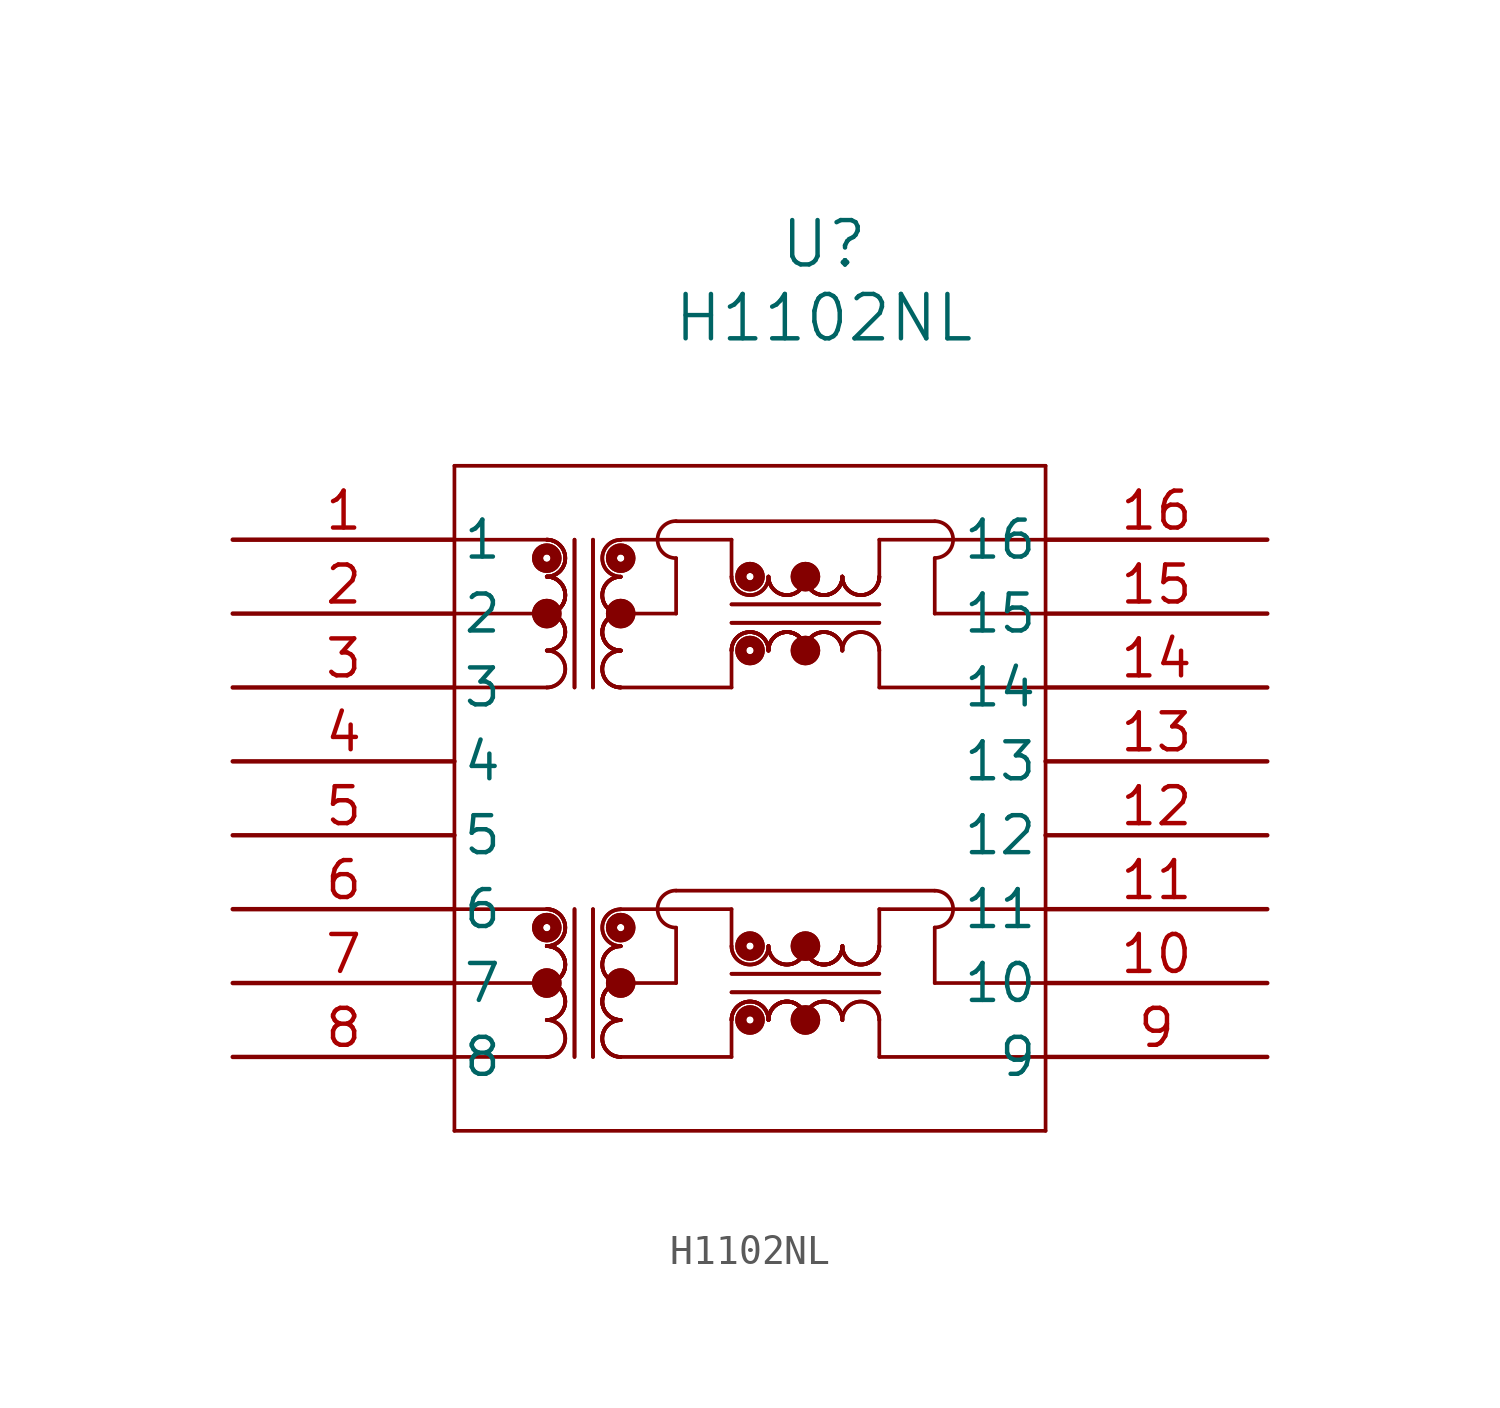
<source format=kicad_sym>
(kicad_symbol_lib
  (version 20241209)
  (generator "kicad_symbol_editor")
  (generator_version "9.0")
  (symbol "H1102NL"
    (pin_names
      (offset 0.254))
    (property "Reference" "U"
      (at 20.32 10.16 0)
      (effects (font (size 1.524 1.524))))
    (property "Value" "H1102NL"
      (at 20.32 7.62 0)
      (effects (font (size 1.524 1.524))))
    (property "ki_locked" ""
      (at 0 0 0)
      (effects (font (size 1.27 1.27))))
    (symbol "H1102NL_0_1"
      (polyline (pts (xy 7.62 2.54) (xy 7.62 -20.32)) (stroke (width 0.127) (type default)) (fill (type none)))
      (polyline (pts (xy 7.62 0) (xy 10.795 0)) (stroke (width 0.127) (type default)) (fill (type none)))
      (polyline (pts (xy 7.62 -2.54) (xy 10.795 -2.54)) (stroke (width 0.127) (type default)) (fill (type none)))
      (polyline (pts (xy 7.62 -5.08) (xy 10.795 -5.08)) (stroke (width 0.127) (type default)) (fill (type none)))
      (polyline (pts (xy 7.62 -15.24) (xy 10.795 -15.24)) (stroke (width 0.127) (type default)) (fill (type none)))
      (polyline (pts (xy 7.62 -20.32) (xy 27.94 -20.32)) (stroke (width 0.127) (type default)) (fill (type none)))
      (arc (start 10.795 0) (mid 11.4272 -0.635) (end 10.795 -1.27) (stroke (width 0.127) (type default)) (fill (type none)))
      (arc (start 10.795 0) (mid 11.4272 -0.635) (end 10.795 -1.27) (stroke (width 0.127) (type default)) (fill (type none)))
      (arc (start 10.795 0) (mid 11.4272 -0.635) (end 10.795 -1.27) (stroke (width 0.127) (type default)) (fill (type none)))
      (arc (start 10.795 0) (mid 11.4272 -0.635) (end 10.795 -1.27) (stroke (width 0.127) (type default)) (fill (type none)))
      (arc (start 10.795 -1.27) (mid 11.4272 -1.905) (end 10.795 -2.54) (stroke (width 0.127) (type default)) (fill (type none)))
      (arc (start 10.795 -1.27) (mid 11.4272 -1.905) (end 10.795 -2.54) (stroke (width 0.127) (type default)) (fill (type none)))
      (arc (start 10.795 -1.27) (mid 11.4272 -1.905) (end 10.795 -2.54) (stroke (width 0.127) (type default)) (fill (type none)))
      (arc (start 10.795 -1.27) (mid 11.4272 -1.905) (end 10.795 -2.54) (stroke (width 0.127) (type default)) (fill (type none)))
      (arc (start 10.795 -1.27) (mid 11.4272 -1.905) (end 10.795 -2.54) (stroke (width 0.127) (type default)) (fill (type none)))
      (arc (start 10.795 -1.27) (mid 11.4272 -1.905) (end 10.795 -2.54) (stroke (width 0.127) (type default)) (fill (type none)))
      (arc (start 10.795 -2.54) (mid 11.4272 -3.175) (end 10.795 -3.81) (stroke (width 0.127) (type default)) (fill (type none)))
      (arc (start 10.795 -2.54) (mid 11.4272 -3.175) (end 10.795 -3.81) (stroke (width 0.127) (type default)) (fill (type none)))
      (arc (start 10.795 -2.54) (mid 11.4272 -3.175) (end 10.795 -3.81) (stroke (width 0.127) (type default)) (fill (type none)))
      (arc (start 10.795 -2.54) (mid 11.4272 -3.175) (end 10.795 -3.81) (stroke (width 0.127) (type default)) (fill (type none)))
      (arc (start 10.795 -3.81) (mid 11.4272 -4.445) (end 10.795 -5.08) (stroke (width 0.127) (type default)) (fill (type none)))
      (arc (start 10.795 -3.81) (mid 11.4272 -4.445) (end 10.795 -5.08) (stroke (width 0.127) (type default)) (fill (type none)))
      (arc (start 10.795 -12.7) (mid 11.4272 -13.335) (end 10.795 -13.97) (stroke (width 0.127) (type default)) (fill (type none)))
      (arc (start 10.795 -12.7) (mid 11.4272 -13.335) (end 10.795 -13.97) (stroke (width 0.127) (type default)) (fill (type none)))
      (arc (start 10.795 -12.7) (mid 11.4272 -13.335) (end 10.795 -13.97) (stroke (width 0.127) (type default)) (fill (type none)))
      (arc (start 10.795 -12.7) (mid 11.4272 -13.335) (end 10.795 -13.97) (stroke (width 0.127) (type default)) (fill (type none)))
      (arc (start 10.795 -13.97) (mid 11.4272 -14.605) (end 10.795 -15.24) (stroke (width 0.127) (type default)) (fill (type none)))
      (arc (start 10.795 -13.97) (mid 11.4272 -14.605) (end 10.795 -15.24) (stroke (width 0.127) (type default)) (fill (type none)))
      (arc (start 10.795 -13.97) (mid 11.4272 -14.605) (end 10.795 -15.24) (stroke (width 0.127) (type default)) (fill (type none)))
      (arc (start 10.795 -13.97) (mid 11.4272 -14.605) (end 10.795 -15.24) (stroke (width 0.127) (type default)) (fill (type none)))
      (arc (start 10.795 -13.97) (mid 11.4272 -14.605) (end 10.795 -15.24) (stroke (width 0.127) (type default)) (fill (type none)))
      (arc (start 10.795 -13.97) (mid 11.4272 -14.605) (end 10.795 -15.24) (stroke (width 0.127) (type default)) (fill (type none)))
      (arc (start 10.795 -15.24) (mid 11.4272 -15.875) (end 10.795 -16.51) (stroke (width 0.127) (type default)) (fill (type none)))
      (arc (start 10.795 -15.24) (mid 11.4272 -15.875) (end 10.795 -16.51) (stroke (width 0.127) (type default)) (fill (type none)))
      (arc (start 10.795 -15.24) (mid 11.4272 -15.875) (end 10.795 -16.51) (stroke (width 0.127) (type default)) (fill (type none)))
      (arc (start 10.795 -15.24) (mid 11.4272 -15.875) (end 10.795 -16.51) (stroke (width 0.127) (type default)) (fill (type none)))
      (arc (start 10.795 -16.51) (mid 11.4272 -17.145) (end 10.795 -17.78) (stroke (width 0.127) (type default)) (fill (type none)))
      (arc (start 10.795 -16.51) (mid 11.4272 -17.145) (end 10.795 -17.78) (stroke (width 0.127) (type default)) (fill (type none)))
      (circle (center 10.795 -0.635) (radius 0.127) (stroke (width 0.381) (type default)) (fill (type none)))
      (circle (center 10.795 -0.635) (radius 0.127) (stroke (width 0.381) (type default)) (fill (type none)))
      (circle (center 10.795 -0.635) (radius 0.305) (stroke (width 0.127) (type default)) (fill (type none)))
      (circle (center 10.795 -0.635) (radius 0.305) (stroke (width 0.127) (type default)) (fill (type none)))
      (circle (center 10.795 -2.54) (radius 0.0001) (stroke (width 0.508) (type default)) (fill (type none)))
      (circle (center 10.795 -2.54) (radius 0.0001) (stroke (width 0.508) (type default)) (fill (type none)))
      (polyline (pts (xy 10.795 -12.7) (xy 7.62 -12.7)) (stroke (width 0.127) (type default)) (fill (type none)))
      (circle (center 10.795 -13.335) (radius 0.127) (stroke (width 0.381) (type default)) (fill (type none)))
      (circle (center 10.795 -13.335) (radius 0.127) (stroke (width 0.381) (type default)) (fill (type none)))
      (circle (center 10.795 -13.335) (radius 0.305) (stroke (width 0.127) (type default)) (fill (type none)))
      (circle (center 10.795 -13.335) (radius 0.305) (stroke (width 0.127) (type default)) (fill (type none)))
      (circle (center 10.795 -15.24) (radius 0.0001) (stroke (width 0.508) (type default)) (fill (type none)))
      (circle (center 10.795 -15.24) (radius 0.0001) (stroke (width 0.508) (type default)) (fill (type none)))
      (polyline (pts (xy 10.795 -17.78) (xy 7.62 -17.78)) (stroke (width 0.127) (type default)) (fill (type none)))
      (polyline (pts (xy 11.748 0) (xy 11.748 -5.08)) (stroke (width 0.127) (type default)) (fill (type none)))
      (polyline (pts (xy 11.748 0) (xy 11.748 -5.08)) (stroke (width 0.127) (type default)) (fill (type none)))
      (polyline (pts (xy 11.748 -12.7) (xy 11.748 -17.78)) (stroke (width 0.127) (type default)) (fill (type none)))
      (polyline (pts (xy 11.748 -12.7) (xy 11.748 -17.78)) (stroke (width 0.127) (type default)) (fill (type none)))
      (polyline (pts (xy 12.383 0) (xy 12.383 -5.08)) (stroke (width 0.127) (type default)) (fill (type none)))
      (polyline (pts (xy 12.383 0) (xy 12.383 -5.08)) (stroke (width 0.127) (type default)) (fill (type none)))
      (polyline (pts (xy 12.383 -12.7) (xy 12.383 -17.78)) (stroke (width 0.127) (type default)) (fill (type none)))
      (polyline (pts (xy 12.383 -12.7) (xy 12.383 -17.78)) (stroke (width 0.127) (type default)) (fill (type none)))
      (circle (center 13.335 -0.635) (radius 0.127) (stroke (width 0.381) (type default)) (fill (type none)))
      (circle (center 13.335 -0.635) (radius 0.127) (stroke (width 0.381) (type default)) (fill (type none)))
      (circle (center 13.335 -0.635) (radius 0.305) (stroke (width 0.127) (type default)) (fill (type none)))
      (circle (center 13.335 -0.635) (radius 0.305) (stroke (width 0.127) (type default)) (fill (type none)))
      (circle (center 13.335 -2.54) (radius 0.0001) (stroke (width 0.508) (type default)) (fill (type none)))
      (circle (center 13.335 -2.54) (radius 0.0001) (stroke (width 0.508) (type default)) (fill (type none)))
      (circle (center 13.335 -13.335) (radius 0.127) (stroke (width 0.381) (type default)) (fill (type none)))
      (circle (center 13.335 -13.335) (radius 0.127) (stroke (width 0.381) (type default)) (fill (type none)))
      (circle (center 13.335 -13.335) (radius 0.305) (stroke (width 0.127) (type default)) (fill (type none)))
      (circle (center 13.335 -13.335) (radius 0.305) (stroke (width 0.127) (type default)) (fill (type none)))
      (circle (center 13.335 -15.24) (radius 0.0001) (stroke (width 0.508) (type default)) (fill (type none)))
      (circle (center 13.335 -15.24) (radius 0.0001) (stroke (width 0.508) (type default)) (fill (type none)))
      (arc (start 13.335 -1.27) (mid 12.7027 -0.635) (end 13.335 0) (stroke (width 0.127) (type default)) (fill (type none)))
      (arc (start 13.335 -1.27) (mid 12.7027 -0.635) (end 13.335 0) (stroke (width 0.127) (type default)) (fill (type none)))
      (arc (start 13.335 -2.54) (mid 12.7027 -1.905) (end 13.335 -1.27) (stroke (width 0.127) (type default)) (fill (type none)))
      (arc (start 13.335 -2.54) (mid 12.7027 -1.905) (end 13.335 -1.27) (stroke (width 0.127) (type default)) (fill (type none)))
      (arc (start 13.335 -2.54) (mid 12.7027 -1.905) (end 13.335 -1.27) (stroke (width 0.127) (type default)) (fill (type none)))
      (arc (start 13.335 -2.54) (mid 12.7027 -1.905) (end 13.335 -1.27) (stroke (width 0.127) (type default)) (fill (type none)))
      (arc (start 13.335 -3.81) (mid 12.7027 -3.175) (end 13.335 -2.54) (stroke (width 0.127) (type default)) (fill (type none)))
      (arc (start 13.335 -3.81) (mid 12.7027 -3.175) (end 13.335 -2.54) (stroke (width 0.127) (type default)) (fill (type none)))
      (arc (start 13.335 -3.81) (mid 12.7027 -3.175) (end 13.335 -2.54) (stroke (width 0.127) (type default)) (fill (type none)))
      (arc (start 13.335 -3.81) (mid 12.7027 -3.175) (end 13.335 -2.54) (stroke (width 0.127) (type default)) (fill (type none)))
      (arc (start 13.335 -3.81) (mid 12.7027 -3.175) (end 13.335 -2.54) (stroke (width 0.127) (type default)) (fill (type none)))
      (arc (start 13.335 -3.81) (mid 12.7027 -3.175) (end 13.335 -2.54) (stroke (width 0.127) (type default)) (fill (type none)))
      (arc (start 13.335 -5.08) (mid 12.7027 -4.445) (end 13.335 -3.81) (stroke (width 0.127) (type default)) (fill (type none)))
      (arc (start 13.335 -5.08) (mid 12.7027 -4.445) (end 13.335 -3.81) (stroke (width 0.127) (type default)) (fill (type none)))
      (arc (start 13.335 -5.08) (mid 12.7027 -4.445) (end 13.335 -3.81) (stroke (width 0.127) (type default)) (fill (type none)))
      (arc (start 13.335 -5.08) (mid 12.7027 -4.445) (end 13.335 -3.81) (stroke (width 0.127) (type default)) (fill (type none)))
      (arc (start 13.335 -13.97) (mid 12.7027 -13.335) (end 13.335 -12.7) (stroke (width 0.127) (type default)) (fill (type none)))
      (arc (start 13.335 -13.97) (mid 12.7027 -13.335) (end 13.335 -12.7) (stroke (width 0.127) (type default)) (fill (type none)))
      (arc (start 13.335 -15.24) (mid 12.7027 -14.605) (end 13.335 -13.97) (stroke (width 0.127) (type default)) (fill (type none)))
      (arc (start 13.335 -15.24) (mid 12.7027 -14.605) (end 13.335 -13.97) (stroke (width 0.127) (type default)) (fill (type none)))
      (arc (start 13.335 -15.24) (mid 12.7027 -14.605) (end 13.335 -13.97) (stroke (width 0.127) (type default)) (fill (type none)))
      (arc (start 13.335 -15.24) (mid 12.7027 -14.605) (end 13.335 -13.97) (stroke (width 0.127) (type default)) (fill (type none)))
      (arc (start 13.335 -16.51) (mid 12.7027 -15.875) (end 13.335 -15.24) (stroke (width 0.127) (type default)) (fill (type none)))
      (arc (start 13.335 -16.51) (mid 12.7027 -15.875) (end 13.335 -15.24) (stroke (width 0.127) (type default)) (fill (type none)))
      (arc (start 13.335 -16.51) (mid 12.7027 -15.875) (end 13.335 -15.24) (stroke (width 0.127) (type default)) (fill (type none)))
      (arc (start 13.335 -16.51) (mid 12.7027 -15.875) (end 13.335 -15.24) (stroke (width 0.127) (type default)) (fill (type none)))
      (arc (start 13.335 -16.51) (mid 12.7027 -15.875) (end 13.335 -15.24) (stroke (width 0.127) (type default)) (fill (type none)))
      (arc (start 13.335 -16.51) (mid 12.7027 -15.875) (end 13.335 -15.24) (stroke (width 0.127) (type default)) (fill (type none)))
      (arc (start 13.335 -17.78) (mid 12.7027 -17.145) (end 13.335 -16.51) (stroke (width 0.127) (type default)) (fill (type none)))
      (arc (start 13.335 -17.78) (mid 12.7027 -17.145) (end 13.335 -16.51) (stroke (width 0.127) (type default)) (fill (type none)))
      (arc (start 13.335 -17.78) (mid 12.7027 -17.145) (end 13.335 -16.51) (stroke (width 0.127) (type default)) (fill (type none)))
      (arc (start 13.335 -17.78) (mid 12.7027 -17.145) (end 13.335 -16.51) (stroke (width 0.127) (type default)) (fill (type none)))
      (polyline (pts (xy 15.24 -0.635) (xy 15.24 -2.54)) (stroke (width 0.127) (type default)) (fill (type none)))
      (polyline (pts (xy 15.24 -2.54) (xy 13.335 -2.54)) (stroke (width 0.127) (type default)) (fill (type none)))
      (polyline (pts (xy 15.24 -13.335) (xy 15.24 -15.24)) (stroke (width 0.127) (type default)) (fill (type none)))
      (polyline (pts (xy 15.24 -15.24) (xy 13.335 -15.24)) (stroke (width 0.127) (type default)) (fill (type none)))
      (arc (start 15.24 -0.635) (mid 14.6077 0) (end 15.24 0.635) (stroke (width 0.127) (type default)) (fill (type none)))
      (arc (start 15.24 -13.335) (mid 14.6077 -12.7) (end 15.24 -12.065) (stroke (width 0.127) (type default)) (fill (type none)))
      (polyline (pts (xy 17.145 0) (xy 13.335 0)) (stroke (width 0.127) (type default)) (fill (type none)))
      (polyline (pts (xy 17.145 -1.27) (xy 17.145 0)) (stroke (width 0.127) (type default)) (fill (type none)))
      (polyline (pts (xy 17.145 -2.223) (xy 22.225 -2.223)) (stroke (width 0.127) (type default)) (fill (type none)))
      (polyline (pts (xy 17.145 -2.223) (xy 22.225 -2.223)) (stroke (width 0.127) (type default)) (fill (type none)))
      (polyline (pts (xy 17.145 -2.857) (xy 22.225 -2.857)) (stroke (width 0.127) (type default)) (fill (type none)))
      (polyline (pts (xy 17.145 -2.857) (xy 22.225 -2.857)) (stroke (width 0.127) (type default)) (fill (type none)))
      (polyline (pts (xy 17.145 -3.81) (xy 17.145 -5.08)) (stroke (width 0.127) (type default)) (fill (type none)))
      (polyline (pts (xy 17.145 -5.08) (xy 13.335 -5.08)) (stroke (width 0.127) (type default)) (fill (type none)))
      (polyline (pts (xy 17.145 -12.7) (xy 13.335 -12.7)) (stroke (width 0.127) (type default)) (fill (type none)))
      (polyline (pts (xy 17.145 -13.97) (xy 17.145 -12.7)) (stroke (width 0.127) (type default)) (fill (type none)))
      (polyline (pts (xy 17.145 -14.922) (xy 22.225 -14.922)) (stroke (width 0.127) (type default)) (fill (type none)))
      (polyline (pts (xy 17.145 -14.922) (xy 22.225 -14.922)) (stroke (width 0.127) (type default)) (fill (type none)))
      (polyline (pts (xy 17.145 -15.557) (xy 22.225 -15.557)) (stroke (width 0.127) (type default)) (fill (type none)))
      (polyline (pts (xy 17.145 -15.557) (xy 22.225 -15.557)) (stroke (width 0.127) (type default)) (fill (type none)))
      (polyline (pts (xy 17.145 -16.51) (xy 17.145 -17.78)) (stroke (width 0.127) (type default)) (fill (type none)))
      (polyline (pts (xy 17.145 -17.78) (xy 13.335 -17.78)) (stroke (width 0.127) (type default)) (fill (type none)))
      (arc (start 18.415 -1.27) (mid 17.78 -1.9022) (end 17.145 -1.27) (stroke (width 0.127) (type default)) (fill (type none)))
      (arc (start 18.415 -1.27) (mid 17.78 -1.9022) (end 17.145 -1.27) (stroke (width 0.127) (type default)) (fill (type none)))
      (circle (center 17.78 -1.27) (radius 0.127) (stroke (width 0.381) (type default)) (fill (type none)))
      (circle (center 17.78 -1.27) (radius 0.127) (stroke (width 0.381) (type default)) (fill (type none)))
      (circle (center 17.78 -1.27) (radius 0.305) (stroke (width 0.127) (type default)) (fill (type none)))
      (circle (center 17.78 -1.27) (radius 0.305) (stroke (width 0.127) (type default)) (fill (type none)))
      (circle (center 17.78 -3.81) (radius 0.127) (stroke (width 0.381) (type default)) (fill (type none)))
      (circle (center 17.78 -3.81) (radius 0.127) (stroke (width 0.381) (type default)) (fill (type none)))
      (circle (center 17.78 -3.81) (radius 0.305) (stroke (width 0.127) (type default)) (fill (type none)))
      (circle (center 17.78 -3.81) (radius 0.305) (stroke (width 0.127) (type default)) (fill (type none)))
      (arc (start 17.145 -3.81) (mid 17.78 -3.1777) (end 18.415 -3.81) (stroke (width 0.127) (type default)) (fill (type none)))
      (arc (start 17.145 -3.81) (mid 17.78 -3.1777) (end 18.415 -3.81) (stroke (width 0.127) (type default)) (fill (type none)))
      (arc (start 17.145 -3.81) (mid 17.78 -3.1777) (end 18.415 -3.81) (stroke (width 0.127) (type default)) (fill (type none)))
      (arc (start 17.145 -3.81) (mid 17.78 -3.1777) (end 18.415 -3.81) (stroke (width 0.127) (type default)) (fill (type none)))
      (arc (start 18.415 -13.97) (mid 17.78 -14.6022) (end 17.145 -13.97) (stroke (width 0.127) (type default)) (fill (type none)))
      (arc (start 18.415 -13.97) (mid 17.78 -14.6022) (end 17.145 -13.97) (stroke (width 0.127) (type default)) (fill (type none)))
      (circle (center 17.78 -13.97) (radius 0.127) (stroke (width 0.381) (type default)) (fill (type none)))
      (circle (center 17.78 -13.97) (radius 0.127) (stroke (width 0.381) (type default)) (fill (type none)))
      (circle (center 17.78 -13.97) (radius 0.305) (stroke (width 0.127) (type default)) (fill (type none)))
      (circle (center 17.78 -13.97) (radius 0.305) (stroke (width 0.127) (type default)) (fill (type none)))
      (circle (center 17.78 -16.51) (radius 0.127) (stroke (width 0.381) (type default)) (fill (type none)))
      (circle (center 17.78 -16.51) (radius 0.127) (stroke (width 0.381) (type default)) (fill (type none)))
      (circle (center 17.78 -16.51) (radius 0.305) (stroke (width 0.127) (type default)) (fill (type none)))
      (circle (center 17.78 -16.51) (radius 0.305) (stroke (width 0.127) (type default)) (fill (type none)))
      (arc (start 17.145 -16.51) (mid 17.78 -15.8777) (end 18.415 -16.51) (stroke (width 0.127) (type default)) (fill (type none)))
      (arc (start 17.145 -16.51) (mid 17.78 -15.8777) (end 18.415 -16.51) (stroke (width 0.127) (type default)) (fill (type none)))
      (arc (start 17.145 -16.51) (mid 17.78 -15.8777) (end 18.415 -16.51) (stroke (width 0.127) (type default)) (fill (type none)))
      (arc (start 17.145 -16.51) (mid 17.78 -15.8777) (end 18.415 -16.51) (stroke (width 0.127) (type default)) (fill (type none)))
      (arc (start 19.685 -1.27) (mid 19.05 -1.9022) (end 18.415 -1.27) (stroke (width 0.127) (type default)) (fill (type none)))
      (arc (start 19.685 -1.27) (mid 19.05 -1.9022) (end 18.415 -1.27) (stroke (width 0.127) (type default)) (fill (type none)))
      (arc (start 19.685 -1.27) (mid 19.05 -1.9022) (end 18.415 -1.27) (stroke (width 0.127) (type default)) (fill (type none)))
      (arc (start 19.685 -1.27) (mid 19.05 -1.9022) (end 18.415 -1.27) (stroke (width 0.127) (type default)) (fill (type none)))
      (arc (start 18.415 -3.81) (mid 19.05 -3.1777) (end 19.685 -3.81) (stroke (width 0.127) (type default)) (fill (type none)))
      (arc (start 18.415 -3.81) (mid 19.05 -3.1777) (end 19.685 -3.81) (stroke (width 0.127) (type default)) (fill (type none)))
      (arc (start 18.415 -3.81) (mid 19.05 -3.1777) (end 19.685 -3.81) (stroke (width 0.127) (type default)) (fill (type none)))
      (arc (start 18.415 -3.81) (mid 19.05 -3.1777) (end 19.685 -3.81) (stroke (width 0.127) (type default)) (fill (type none)))
      (arc (start 18.415 -3.81) (mid 19.05 -3.1777) (end 19.685 -3.81) (stroke (width 0.127) (type default)) (fill (type none)))
      (arc (start 18.415 -3.81) (mid 19.05 -3.1777) (end 19.685 -3.81) (stroke (width 0.127) (type default)) (fill (type none)))
      (arc (start 19.685 -13.97) (mid 19.05 -14.6022) (end 18.415 -13.97) (stroke (width 0.127) (type default)) (fill (type none)))
      (arc (start 19.685 -13.97) (mid 19.05 -14.6022) (end 18.415 -13.97) (stroke (width 0.127) (type default)) (fill (type none)))
      (arc (start 19.685 -13.97) (mid 19.05 -14.6022) (end 18.415 -13.97) (stroke (width 0.127) (type default)) (fill (type none)))
      (arc (start 19.685 -13.97) (mid 19.05 -14.6022) (end 18.415 -13.97) (stroke (width 0.127) (type default)) (fill (type none)))
      (arc (start 18.415 -16.51) (mid 19.05 -15.8777) (end 19.685 -16.51) (stroke (width 0.127) (type default)) (fill (type none)))
      (arc (start 18.415 -16.51) (mid 19.05 -15.8777) (end 19.685 -16.51) (stroke (width 0.127) (type default)) (fill (type none)))
      (arc (start 18.415 -16.51) (mid 19.05 -15.8777) (end 19.685 -16.51) (stroke (width 0.127) (type default)) (fill (type none)))
      (arc (start 18.415 -16.51) (mid 19.05 -15.8777) (end 19.685 -16.51) (stroke (width 0.127) (type default)) (fill (type none)))
      (arc (start 18.415 -16.51) (mid 19.05 -15.8777) (end 19.685 -16.51) (stroke (width 0.127) (type default)) (fill (type none)))
      (arc (start 18.415 -16.51) (mid 19.05 -15.8777) (end 19.685 -16.51) (stroke (width 0.127) (type default)) (fill (type none)))
      (circle (center 19.685 -1.27) (radius 0.0001) (stroke (width 0.508) (type default)) (fill (type none)))
      (circle (center 19.685 -1.27) (radius 0.0001) (stroke (width 0.508) (type default)) (fill (type none)))
      (circle (center 19.685 -3.81) (radius 0.0001) (stroke (width 0.508) (type default)) (fill (type none)))
      (circle (center 19.685 -3.81) (radius 0.0001) (stroke (width 0.508) (type default)) (fill (type none)))
      (circle (center 19.685 -13.97) (radius 0.0001) (stroke (width 0.508) (type default)) (fill (type none)))
      (circle (center 19.685 -13.97) (radius 0.0001) (stroke (width 0.508) (type default)) (fill (type none)))
      (circle (center 19.685 -16.51) (radius 0.0001) (stroke (width 0.508) (type default)) (fill (type none)))
      (circle (center 19.685 -16.51) (radius 0.0001) (stroke (width 0.508) (type default)) (fill (type none)))
      (arc (start 20.955 -1.27) (mid 20.32 -1.9022) (end 19.685 -1.27) (stroke (width 0.127) (type default)) (fill (type none)))
      (arc (start 20.955 -1.27) (mid 20.32 -1.9022) (end 19.685 -1.27) (stroke (width 0.127) (type default)) (fill (type none)))
      (arc (start 20.955 -1.27) (mid 20.32 -1.9022) (end 19.685 -1.27) (stroke (width 0.127) (type default)) (fill (type none)))
      (arc (start 20.955 -1.27) (mid 20.32 -1.9022) (end 19.685 -1.27) (stroke (width 0.127) (type default)) (fill (type none)))
      (arc (start 20.955 -1.27) (mid 20.32 -1.9022) (end 19.685 -1.27) (stroke (width 0.127) (type default)) (fill (type none)))
      (arc (start 20.955 -1.27) (mid 20.32 -1.9022) (end 19.685 -1.27) (stroke (width 0.127) (type default)) (fill (type none)))
      (arc (start 19.685 -3.81) (mid 20.32 -3.1777) (end 20.955 -3.81) (stroke (width 0.127) (type default)) (fill (type none)))
      (arc (start 19.685 -3.81) (mid 20.32 -3.1777) (end 20.955 -3.81) (stroke (width 0.127) (type default)) (fill (type none)))
      (arc (start 19.685 -3.81) (mid 20.32 -3.1777) (end 20.955 -3.81) (stroke (width 0.127) (type default)) (fill (type none)))
      (arc (start 19.685 -3.81) (mid 20.32 -3.1777) (end 20.955 -3.81) (stroke (width 0.127) (type default)) (fill (type none)))
      (arc (start 20.955 -13.97) (mid 20.32 -14.6022) (end 19.685 -13.97) (stroke (width 0.127) (type default)) (fill (type none)))
      (arc (start 20.955 -13.97) (mid 20.32 -14.6022) (end 19.685 -13.97) (stroke (width 0.127) (type default)) (fill (type none)))
      (arc (start 20.955 -13.97) (mid 20.32 -14.6022) (end 19.685 -13.97) (stroke (width 0.127) (type default)) (fill (type none)))
      (arc (start 20.955 -13.97) (mid 20.32 -14.6022) (end 19.685 -13.97) (stroke (width 0.127) (type default)) (fill (type none)))
      (arc (start 20.955 -13.97) (mid 20.32 -14.6022) (end 19.685 -13.97) (stroke (width 0.127) (type default)) (fill (type none)))
      (arc (start 20.955 -13.97) (mid 20.32 -14.6022) (end 19.685 -13.97) (stroke (width 0.127) (type default)) (fill (type none)))
      (arc (start 19.685 -16.51) (mid 20.32 -15.8777) (end 20.955 -16.51) (stroke (width 0.127) (type default)) (fill (type none)))
      (arc (start 19.685 -16.51) (mid 20.32 -15.8777) (end 20.955 -16.51) (stroke (width 0.127) (type default)) (fill (type none)))
      (arc (start 19.685 -16.51) (mid 20.32 -15.8777) (end 20.955 -16.51) (stroke (width 0.127) (type default)) (fill (type none)))
      (arc (start 19.685 -16.51) (mid 20.32 -15.8777) (end 20.955 -16.51) (stroke (width 0.127) (type default)) (fill (type none)))
      (arc (start 22.225 -1.27) (mid 21.59 -1.9022) (end 20.955 -1.27) (stroke (width 0.127) (type default)) (fill (type none)))
      (arc (start 22.225 -1.27) (mid 21.59 -1.9022) (end 20.955 -1.27) (stroke (width 0.127) (type default)) (fill (type none)))
      (arc (start 22.225 -1.27) (mid 21.59 -1.9022) (end 20.955 -1.27) (stroke (width 0.127) (type default)) (fill (type none)))
      (arc (start 22.225 -1.27) (mid 21.59 -1.9022) (end 20.955 -1.27) (stroke (width 0.127) (type default)) (fill (type none)))
      (arc (start 20.955 -3.81) (mid 21.59 -3.1777) (end 22.225 -3.81) (stroke (width 0.127) (type default)) (fill (type none)))
      (arc (start 20.955 -3.81) (mid 21.59 -3.1777) (end 22.225 -3.81) (stroke (width 0.127) (type default)) (fill (type none)))
      (arc (start 22.225 -13.97) (mid 21.59 -14.6022) (end 20.955 -13.97) (stroke (width 0.127) (type default)) (fill (type none)))
      (arc (start 22.225 -13.97) (mid 21.59 -14.6022) (end 20.955 -13.97) (stroke (width 0.127) (type default)) (fill (type none)))
      (arc (start 22.225 -13.97) (mid 21.59 -14.6022) (end 20.955 -13.97) (stroke (width 0.127) (type default)) (fill (type none)))
      (arc (start 22.225 -13.97) (mid 21.59 -14.6022) (end 20.955 -13.97) (stroke (width 0.127) (type default)) (fill (type none)))
      (arc (start 20.955 -16.51) (mid 21.59 -15.8777) (end 22.225 -16.51) (stroke (width 0.127) (type default)) (fill (type none)))
      (arc (start 20.955 -16.51) (mid 21.59 -15.8777) (end 22.225 -16.51) (stroke (width 0.127) (type default)) (fill (type none)))
      (polyline (pts (xy 22.225 -1.27) (xy 22.225 0)) (stroke (width 0.127) (type default)) (fill (type none)))
      (polyline (pts (xy 22.225 -5.08) (xy 22.225 -3.81)) (stroke (width 0.127) (type default)) (fill (type none)))
      (polyline (pts (xy 22.225 -12.7) (xy 27.94 -12.7)) (stroke (width 0.127) (type default)) (fill (type none)))
      (polyline (pts (xy 22.225 -13.97) (xy 22.225 -12.7)) (stroke (width 0.127) (type default)) (fill (type none)))
      (polyline (pts (xy 22.225 -17.78) (xy 22.225 -16.51)) (stroke (width 0.127) (type default)) (fill (type none)))
      (polyline (pts (xy 22.225 -17.78) (xy 27.94 -17.78)) (stroke (width 0.127) (type default)) (fill (type none)))
      (arc (start 24.13 0.635) (mid 24.7622 0) (end 24.13 -0.635) (stroke (width 0.127) (type default)) (fill (type none)))
      (arc (start 24.13 -12.065) (mid 24.7622 -12.7) (end 24.13 -13.335) (stroke (width 0.127) (type default)) (fill (type none)))
      (polyline (pts (xy 24.13 0.635) (xy 15.24 0.635)) (stroke (width 0.127) (type default)) (fill (type none)))
      (polyline (pts (xy 24.13 -2.54) (xy 24.13 -0.635)) (stroke (width 0.127) (type default)) (fill (type none)))
      (polyline (pts (xy 24.13 -12.065) (xy 15.24 -12.065)) (stroke (width 0.127) (type default)) (fill (type none)))
      (polyline (pts (xy 24.13 -15.24) (xy 24.13 -13.335)) (stroke (width 0.127) (type default)) (fill (type none)))
      (polyline (pts (xy 27.94 2.54) (xy 7.62 2.54)) (stroke (width 0.127) (type default)) (fill (type none)))
      (polyline (pts (xy 27.94 0) (xy 22.225 0)) (stroke (width 0.127) (type default)) (fill (type none)))
      (polyline (pts (xy 27.94 -2.54) (xy 24.13 -2.54)) (stroke (width 0.127) (type default)) (fill (type none)))
      (polyline (pts (xy 27.94 -5.08) (xy 22.225 -5.08)) (stroke (width 0.127) (type default)) (fill (type none)))
      (polyline (pts (xy 27.94 -15.24) (xy 24.13 -15.24)) (stroke (width 0.127) (type default)) (fill (type none)))
      (polyline (pts (xy 27.94 -20.32) (xy 27.94 2.54)) (stroke (width 0.127) (type default)) (fill (type none)))
      (pin unspecified line (at 0 0 0) (length 7.62) (name "1" (effects (font (size 1.27 1.27)))) (number "1" (effects (font (size 1.27 1.27)))))
      (pin unspecified line (at 0 -2.54 0) (length 7.62) (name "2" (effects (font (size 1.27 1.27)))) (number "2" (effects (font (size 1.27 1.27)))))
      (pin unspecified line (at 0 -5.08 0) (length 7.62) (name "3" (effects (font (size 1.27 1.27)))) (number "3" (effects (font (size 1.27 1.27)))))
      (pin unspecified line (at 0 -7.62 0) (length 7.62) (name "4" (effects (font (size 1.27 1.27)))) (number "4" (effects (font (size 1.27 1.27)))))
      (pin unspecified line (at 0 -10.16 0) (length 7.62) (name "5" (effects (font (size 1.27 1.27)))) (number "5" (effects (font (size 1.27 1.27)))))
      (pin unspecified line (at 0 -12.7 0) (length 7.62) (name "6" (effects (font (size 1.27 1.27)))) (number "6" (effects (font (size 1.27 1.27)))))
      (pin unspecified line (at 0 -15.24 0) (length 7.62) (name "7" (effects (font (size 1.27 1.27)))) (number "7" (effects (font (size 1.27 1.27)))))
      (pin unspecified line (at 0 -17.78 0) (length 7.62) (name "8" (effects (font (size 1.27 1.27)))) (number "8" (effects (font (size 1.27 1.27)))))
      (pin unspecified line (at 35.56 0 180) (length 7.62) (name "16" (effects (font (size 1.27 1.27)))) (number "16" (effects (font (size 1.27 1.27)))))
      (pin unspecified line (at 35.56 -2.54 180) (length 7.62) (name "15" (effects (font (size 1.27 1.27)))) (number "15" (effects (font (size 1.27 1.27)))))
      (pin unspecified line (at 35.56 -5.08 180) (length 7.62) (name "14" (effects (font (size 1.27 1.27)))) (number "14" (effects (font (size 1.27 1.27)))))
      (pin unspecified line (at 35.56 -7.62 180) (length 7.62) (name "13" (effects (font (size 1.27 1.27)))) (number "13" (effects (font (size 1.27 1.27)))))
      (pin unspecified line (at 35.56 -10.16 180) (length 7.62) (name "12" (effects (font (size 1.27 1.27)))) (number "12" (effects (font (size 1.27 1.27)))))
      (pin unspecified line (at 35.56 -12.7 180) (length 7.62) (name "11" (effects (font (size 1.27 1.27)))) (number "11" (effects (font (size 1.27 1.27)))))
      (pin unspecified line (at 35.56 -15.24 180) (length 7.62) (name "10" (effects (font (size 1.27 1.27)))) (number "10" (effects (font (size 1.27 1.27)))))
      (pin unspecified line (at 35.56 -17.78 180) (length 7.62) (name "9" (effects (font (size 1.27 1.27)))) (number "9" (effects (font (size 1.27 1.27))))))))
</source>
